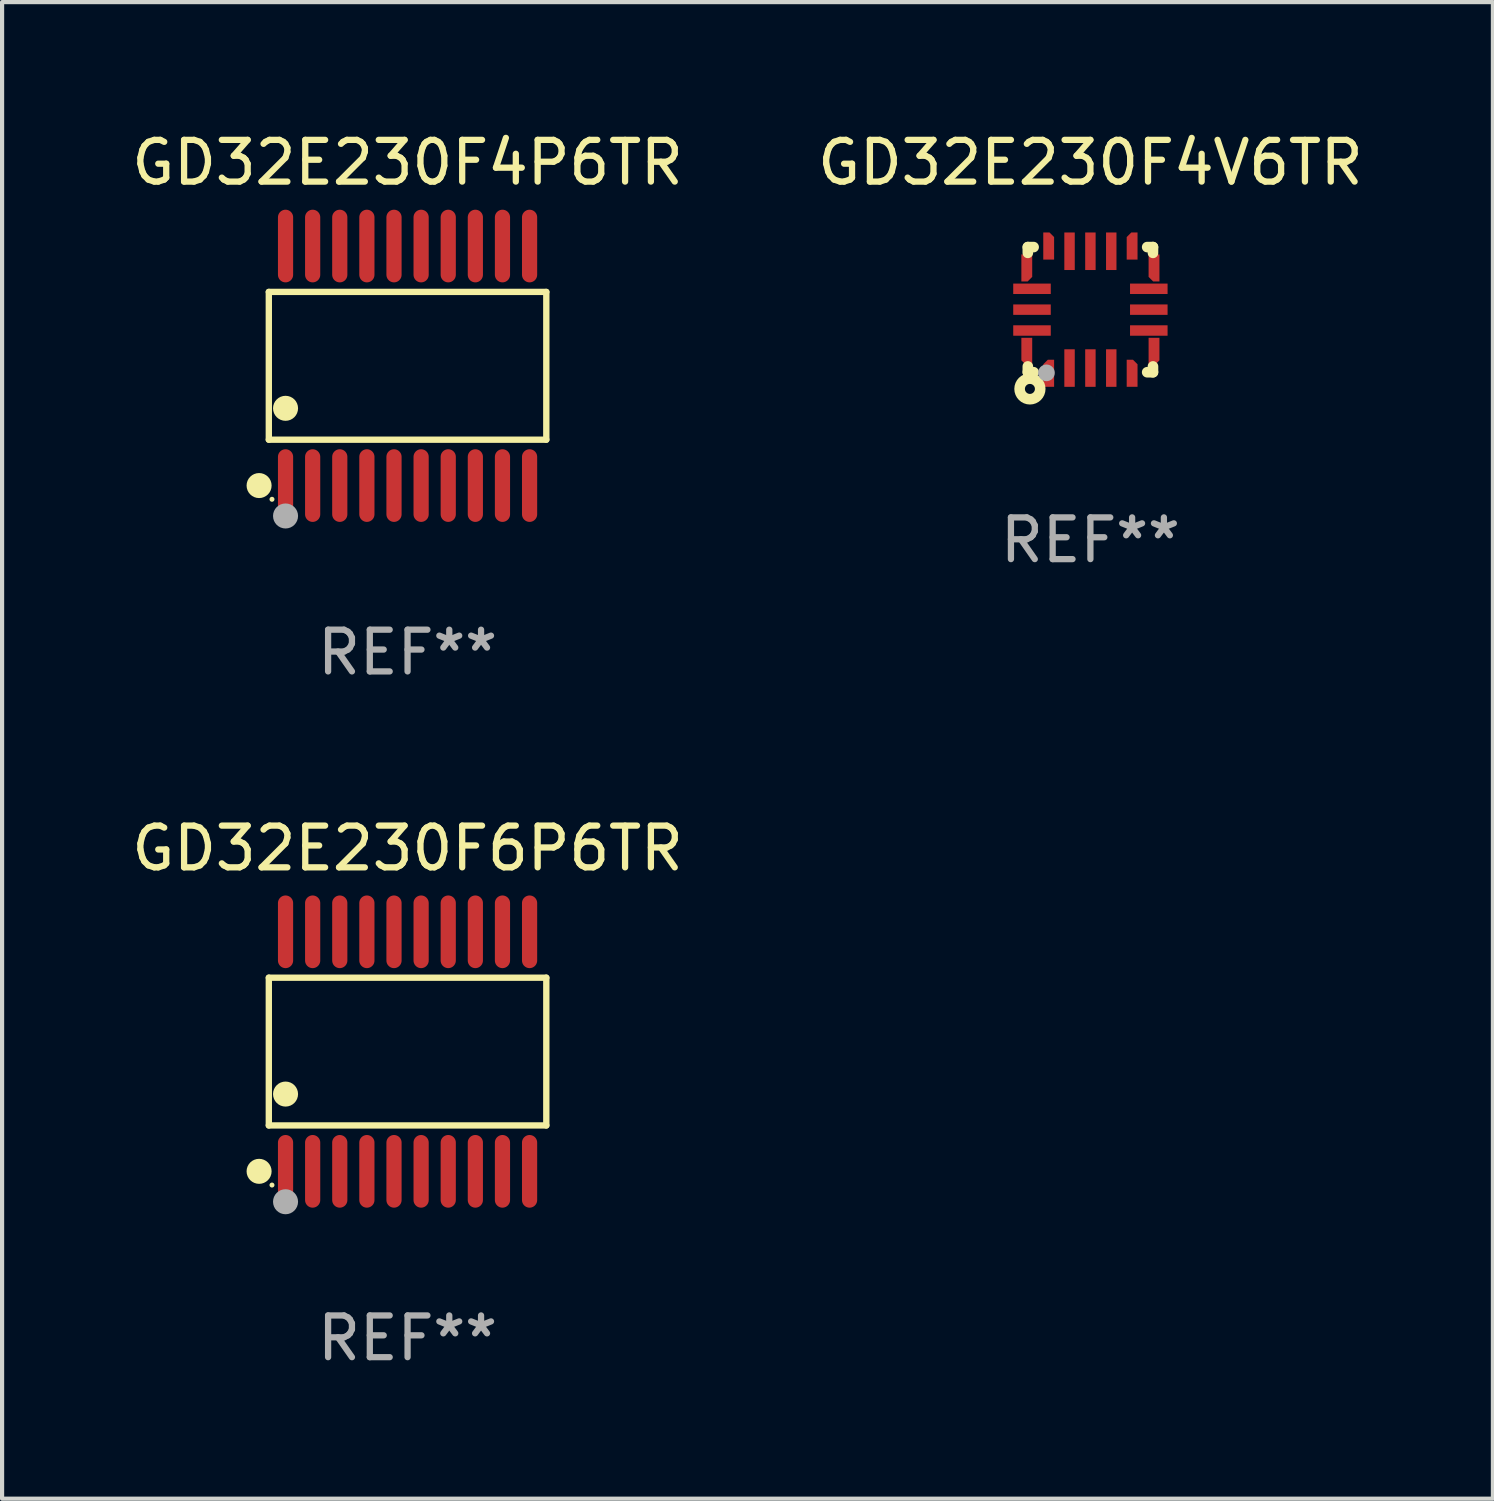
<source format=kicad_pcb>
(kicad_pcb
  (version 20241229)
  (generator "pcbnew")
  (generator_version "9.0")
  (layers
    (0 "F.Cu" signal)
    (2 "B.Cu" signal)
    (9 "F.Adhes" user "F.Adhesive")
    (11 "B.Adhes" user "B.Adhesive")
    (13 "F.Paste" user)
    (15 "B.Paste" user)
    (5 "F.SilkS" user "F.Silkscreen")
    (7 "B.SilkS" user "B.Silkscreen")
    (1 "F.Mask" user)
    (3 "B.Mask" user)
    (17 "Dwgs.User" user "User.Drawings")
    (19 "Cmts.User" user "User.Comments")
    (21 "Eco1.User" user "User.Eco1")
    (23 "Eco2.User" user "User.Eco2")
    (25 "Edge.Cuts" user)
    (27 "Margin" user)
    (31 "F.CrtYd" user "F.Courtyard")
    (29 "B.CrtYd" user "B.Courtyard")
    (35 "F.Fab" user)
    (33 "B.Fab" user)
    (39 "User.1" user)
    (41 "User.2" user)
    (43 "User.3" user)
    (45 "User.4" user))
  (footprint "GD32E230F4P6TR"
    (layer "F.Cu")
    (at 6.72 5.719)
    (property "Reference" "GD32E230F4P6TR" (at 0 -4.871 0) (layer "F.SilkS") (effects (font (size 1 1) (thickness 0.15))))
    (attr through_hole)
    (fp_line (start -3.326 -1.771) (end 3.326 -1.771) (stroke (width 0.152) (type solid)) (layer "F.SilkS"))
    (fp_line (start -3.326 1.771) (end -3.326 -1.771) (stroke (width 0.152) (type solid)) (layer "F.SilkS"))
    (fp_line (start 3.326 -1.771) (end 3.326 1.771) (stroke (width 0.152) (type solid)) (layer "F.SilkS"))
    (fp_line (start 3.326 1.771) (end -3.326 1.771) (stroke (width 0.152) (type solid)) (layer "F.SilkS"))
    (fp_circle (center -3.559 2.871) (end -3.409 2.871) (stroke (width 0.3) (type solid)) (fill no) (layer "F.SilkS"))
    (fp_circle (center -3.25 3.2) (end -3.22 3.2) (stroke (width 0.06) (type solid)) (fill no) (layer "F.SilkS"))
    (fp_circle (center -2.925 1.019) (end -2.775 1.019) (stroke (width 0.3) (type solid)) (fill no) (layer "F.SilkS"))
    (fp_circle (center -2.925 3.6) (end -2.775 3.6) (stroke (width 0.3) (type solid)) (fill no) (layer "F.Fab"))
    (fp_text user "REF**" (at 0 6.871 0) (layer "F.Fab") (effects (font (size 1 1) (thickness 0.15))))
    (pad "1" smd oval (at -2.925 2.871) (size 0.364 1.742) (layers "F.Cu" "F.Mask" "F.Paste"))
    (pad "2" smd oval (at -2.275 2.871) (size 0.364 1.742) (layers "F.Cu" "F.Mask" "F.Paste"))
    (pad "3" smd oval (at -1.625 2.871) (size 0.364 1.742) (layers "F.Cu" "F.Mask" "F.Paste"))
    (pad "4" smd oval (at -0.975 2.871) (size 0.364 1.742) (layers "F.Cu" "F.Mask" "F.Paste"))
    (pad "5" smd oval (at -0.325 2.871) (size 0.364 1.742) (layers "F.Cu" "F.Mask" "F.Paste"))
    (pad "6" smd oval (at 0.325 2.871) (size 0.364 1.742) (layers "F.Cu" "F.Mask" "F.Paste"))
    (pad "7" smd oval (at 0.975 2.871) (size 0.364 1.742) (layers "F.Cu" "F.Mask" "F.Paste"))
    (pad "8" smd oval (at 1.625 2.871) (size 0.364 1.742) (layers "F.Cu" "F.Mask" "F.Paste"))
    (pad "9" smd oval (at 2.275 2.871) (size 0.364 1.742) (layers "F.Cu" "F.Mask" "F.Paste"))
    (pad "10" smd oval (at 2.925 2.871) (size 0.364 1.742) (layers "F.Cu" "F.Mask" "F.Paste"))
    (pad "11" smd oval (at 2.925 -2.871) (size 0.364 1.742) (layers "F.Cu" "F.Mask" "F.Paste"))
    (pad "12" smd oval (at 2.275 -2.871) (size 0.364 1.742) (layers "F.Cu" "F.Mask" "F.Paste"))
    (pad "13" smd oval (at 1.625 -2.871) (size 0.364 1.742) (layers "F.Cu" "F.Mask" "F.Paste"))
    (pad "14" smd oval (at 0.975 -2.871) (size 0.364 1.742) (layers "F.Cu" "F.Mask" "F.Paste"))
    (pad "15" smd oval (at 0.325 -2.871) (size 0.364 1.742) (layers "F.Cu" "F.Mask" "F.Paste"))
    (pad "16" smd oval (at -0.325 -2.871) (size 0.364 1.742) (layers "F.Cu" "F.Mask" "F.Paste"))
    (pad "17" smd oval (at -0.975 -2.871) (size 0.364 1.742) (layers "F.Cu" "F.Mask" "F.Paste"))
    (pad "18" smd oval (at -1.625 -2.871) (size 0.364 1.742) (layers "F.Cu" "F.Mask" "F.Paste"))
    (pad "19" smd oval (at -2.275 -2.871) (size 0.364 1.742) (layers "F.Cu" "F.Mask" "F.Paste"))
    (pad "20" smd oval (at -2.925 -2.871) (size 0.364 1.742) (layers "F.Cu" "F.Mask" "F.Paste")))
  (footprint "GD32E230F4V6TR"
    (layer "F.Cu")
    (at 23.089 4.373)
    (property "Reference" "GD32E230F4V6TR" (at 0 -3.525 0) (layer "F.SilkS") (effects (font (size 1 1) (thickness 0.15))))
    (attr through_hole)
    (fp_line (start -1.5 -1.5) (end -1.361 -1.5) (stroke (width 0.254) (type solid)) (layer "F.SilkS"))
    (fp_line (start -1.5 -1.361) (end -1.5 -1.5) (stroke (width 0.254) (type solid)) (layer "F.SilkS"))
    (fp_line (start -1.5 1.5) (end -1.5 1.361) (stroke (width 0.254) (type solid)) (layer "F.SilkS"))
    (fp_line (start -1.361 1.5) (end -1.5 1.5) (stroke (width 0.254) (type solid)) (layer "F.SilkS"))
    (fp_line (start 1.361 -1.5) (end 1.5 -1.5) (stroke (width 0.254) (type solid)) (layer "F.SilkS"))
    (fp_line (start 1.5 -1.5) (end 1.5 -1.361) (stroke (width 0.254) (type solid)) (layer "F.SilkS"))
    (fp_line (start 1.5 1.361) (end 1.5 1.5) (stroke (width 0.254) (type solid)) (layer "F.SilkS"))
    (fp_line (start 1.5 1.5) (end 1.361 1.5) (stroke (width 0.254) (type solid)) (layer "F.SilkS"))
    (fp_circle (center -1.5 1.5) (end -1.47 1.5) (stroke (width 0.06) (type solid)) (fill no) (layer "F.SilkS"))
    (fp_circle (center -1.45 1.9) (end -1.33 1.9) (stroke (width 0.254) (type solid)) (fill no) (layer "F.SilkS"))
    (fp_circle (center -1.054 1.515) (end -0.954 1.515) (stroke (width 0.2) (type solid)) (fill no) (layer "F.Fab"))
    (fp_text user "REF**" (at 0 5.525 0) (layer "F.Fab") (effects (font (size 1 1) (thickness 0.15))))
    (pad "1" smd custom (at -1 1.525) (size 0.26 0.65) (layers "F.Cu" "F.Mask" "F.Paste") (options (anchor circle)) (primitives (gr_poly (pts (xy -0.13 0.325) (xy 0.13 0.325) (xy 0.13 -0.325) (xy -0.02 -0.325) (xy -0.13 -0.215)) (width 0) (fill yes))))
    (pad "2" smd rect (at -0.5 1.4) (size 0.25 0.9) (layers "F.Cu" "F.Mask" "F.Paste"))
    (pad "3" smd rect (at 0.000076 1.4) (size 0.25 0.9) (layers "F.Cu" "F.Mask" "F.Paste"))
    (pad "4" smd rect (at 0.5 1.4) (size 0.25 0.9) (layers "F.Cu" "F.Mask" "F.Paste"))
    (pad "5" smd custom (at 1 1.525) (size 0.26 0.65) (layers "F.Cu" "F.Mask" "F.Paste") (options (anchor circle)) (primitives (gr_poly (pts (xy 0.13 0.325) (xy -0.13 0.325) (xy -0.13 -0.325) (xy 0.02 -0.325) (xy 0.13 -0.215)) (width 0) (fill yes))))
    (pad "6" smd custom (at 1.525 1 90) (size 0.26 0.65) (layers "F.Cu" "F.Mask" "F.Paste") (options (anchor circle)) (primitives (gr_poly (pts (xy 0.325 0.13) (xy 0.325 -0.13) (xy -0.325 -0.13) (xy -0.325 0.02) (xy -0.215 0.13)) (width 0) (fill yes))))
    (pad "7" smd rect (at 1.4 0.5 90) (size 0.25 0.9) (layers "F.Cu" "F.Mask" "F.Paste"))
    (pad "8" smd rect (at 1.4 0.000025 90) (size 0.25 0.9) (layers "F.Cu" "F.Mask" "F.Paste"))
    (pad "9" smd rect (at 1.4 -0.5 90) (size 0.25 0.9) (layers "F.Cu" "F.Mask" "F.Paste"))
    (pad "10" smd custom (at 1.525 -1 90) (size 0.26 0.65) (layers "F.Cu" "F.Mask" "F.Paste") (options (anchor circle)) (primitives (gr_poly (pts (xy 0.325 -0.13) (xy 0.325 0.13) (xy -0.325 0.13) (xy -0.325 -0.02) (xy -0.215 -0.13)) (width 0) (fill yes))))
    (pad "11" smd custom (at 1 -1.525 180) (size 0.26 0.65) (layers "F.Cu" "F.Mask" "F.Paste") (options (anchor circle)) (primitives (gr_poly (pts (xy 0.13 -0.325) (xy -0.13 -0.325) (xy -0.13 0.325) (xy 0.02 0.325) (xy 0.13 0.215)) (width 0) (fill yes))))
    (pad "12" smd rect (at 0.5 -1.4 180) (size 0.25 0.9) (layers "F.Cu" "F.Mask" "F.Paste"))
    (pad "13" smd rect (at 0.000076 -1.4 180) (size 0.25 0.9) (layers "F.Cu" "F.Mask" "F.Paste"))
    (pad "14" smd rect (at -0.5 -1.4 180) (size 0.25 0.9) (layers "F.Cu" "F.Mask" "F.Paste"))
    (pad "15" smd custom (at -1 -1.525 180) (size 0.26 0.65) (layers "F.Cu" "F.Mask" "F.Paste") (options (anchor circle)) (primitives (gr_poly (pts (xy -0.13 -0.325) (xy 0.13 -0.325) (xy 0.13 0.325) (xy -0.02 0.325) (xy -0.13 0.215)) (width 0) (fill yes))))
    (pad "16" smd custom (at -1.525 -1 270) (size 0.26 0.65) (layers "F.Cu" "F.Mask" "F.Paste") (options (anchor circle)) (primitives (gr_poly (pts (xy -0.325 -0.13) (xy -0.325 0.13) (xy 0.325 0.13) (xy 0.325 -0.02) (xy 0.215 -0.13)) (width 0) (fill yes))))
    (pad "17" smd rect (at -1.4 -0.5 270) (size 0.25 0.9) (layers "F.Cu" "F.Mask" "F.Paste"))
    (pad "18" smd rect (at -1.4 0.000025 270) (size 0.25 0.9) (layers "F.Cu" "F.Mask" "F.Paste"))
    (pad "19" smd rect (at -1.4 0.5 270) (size 0.25 0.9) (layers "F.Cu" "F.Mask" "F.Paste"))
    (pad "20" smd custom (at -1.525 1 270) (size 0.26 0.65) (layers "F.Cu" "F.Mask" "F.Paste") (options (anchor circle)) (primitives (gr_poly (pts (xy -0.325 0.13) (xy -0.325 -0.13) (xy 0.325 -0.13) (xy 0.325 0.02) (xy 0.215 0.13)) (width 0) (fill yes)))))
  (footprint "GD32E230F6P6TR"
    (layer "F.Cu")
    (at 6.72 22.158)
    (property "Reference" "GD32E230F6P6TR" (at 0 -4.871 0) (layer "F.SilkS") (effects (font (size 1 1) (thickness 0.15))))
    (attr through_hole)
    (fp_line (start -3.326 -1.771) (end 3.326 -1.771) (stroke (width 0.152) (type solid)) (layer "F.SilkS"))
    (fp_line (start -3.326 1.771) (end -3.326 -1.771) (stroke (width 0.152) (type solid)) (layer "F.SilkS"))
    (fp_line (start 3.326 -1.771) (end 3.326 1.771) (stroke (width 0.152) (type solid)) (layer "F.SilkS"))
    (fp_line (start 3.326 1.771) (end -3.326 1.771) (stroke (width 0.152) (type solid)) (layer "F.SilkS"))
    (fp_circle (center -3.559 2.871) (end -3.409 2.871) (stroke (width 0.3) (type solid)) (fill no) (layer "F.SilkS"))
    (fp_circle (center -3.25 3.2) (end -3.22 3.2) (stroke (width 0.06) (type solid)) (fill no) (layer "F.SilkS"))
    (fp_circle (center -2.925 1.019) (end -2.775 1.019) (stroke (width 0.3) (type solid)) (fill no) (layer "F.SilkS"))
    (fp_circle (center -2.925 3.6) (end -2.775 3.6) (stroke (width 0.3) (type solid)) (fill no) (layer "F.Fab"))
    (fp_text user "REF**" (at 0 6.871 0) (layer "F.Fab") (effects (font (size 1 1) (thickness 0.15))))
    (pad "1" smd oval (at -2.925 2.871) (size 0.364 1.742) (layers "F.Cu" "F.Mask" "F.Paste"))
    (pad "2" smd oval (at -2.275 2.871) (size 0.364 1.742) (layers "F.Cu" "F.Mask" "F.Paste"))
    (pad "3" smd oval (at -1.625 2.871) (size 0.364 1.742) (layers "F.Cu" "F.Mask" "F.Paste"))
    (pad "4" smd oval (at -0.975 2.871) (size 0.364 1.742) (layers "F.Cu" "F.Mask" "F.Paste"))
    (pad "5" smd oval (at -0.325 2.871) (size 0.364 1.742) (layers "F.Cu" "F.Mask" "F.Paste"))
    (pad "6" smd oval (at 0.325 2.871) (size 0.364 1.742) (layers "F.Cu" "F.Mask" "F.Paste"))
    (pad "7" smd oval (at 0.975 2.871) (size 0.364 1.742) (layers "F.Cu" "F.Mask" "F.Paste"))
    (pad "8" smd oval (at 1.625 2.871) (size 0.364 1.742) (layers "F.Cu" "F.Mask" "F.Paste"))
    (pad "9" smd oval (at 2.275 2.871) (size 0.364 1.742) (layers "F.Cu" "F.Mask" "F.Paste"))
    (pad "10" smd oval (at 2.925 2.871) (size 0.364 1.742) (layers "F.Cu" "F.Mask" "F.Paste"))
    (pad "11" smd oval (at 2.925 -2.871) (size 0.364 1.742) (layers "F.Cu" "F.Mask" "F.Paste"))
    (pad "12" smd oval (at 2.275 -2.871) (size 0.364 1.742) (layers "F.Cu" "F.Mask" "F.Paste"))
    (pad "13" smd oval (at 1.625 -2.871) (size 0.364 1.742) (layers "F.Cu" "F.Mask" "F.Paste"))
    (pad "14" smd oval (at 0.975 -2.871) (size 0.364 1.742) (layers "F.Cu" "F.Mask" "F.Paste"))
    (pad "15" smd oval (at 0.325 -2.871) (size 0.364 1.742) (layers "F.Cu" "F.Mask" "F.Paste"))
    (pad "16" smd oval (at -0.325 -2.871) (size 0.364 1.742) (layers "F.Cu" "F.Mask" "F.Paste"))
    (pad "17" smd oval (at -0.975 -2.871) (size 0.364 1.742) (layers "F.Cu" "F.Mask" "F.Paste"))
    (pad "18" smd oval (at -1.625 -2.871) (size 0.364 1.742) (layers "F.Cu" "F.Mask" "F.Paste"))
    (pad "19" smd oval (at -2.275 -2.871) (size 0.364 1.742) (layers "F.Cu" "F.Mask" "F.Paste"))
    (pad "20" smd oval (at -2.925 -2.871) (size 0.364 1.742) (layers "F.Cu" "F.Mask" "F.Paste")))
  (gr_rect
    (start -3 -3)
    (end 32.738 32.877)
    (stroke (width 0.1) (type default))
    (fill no)
    (layer "Edge.Cuts")))
</source>
